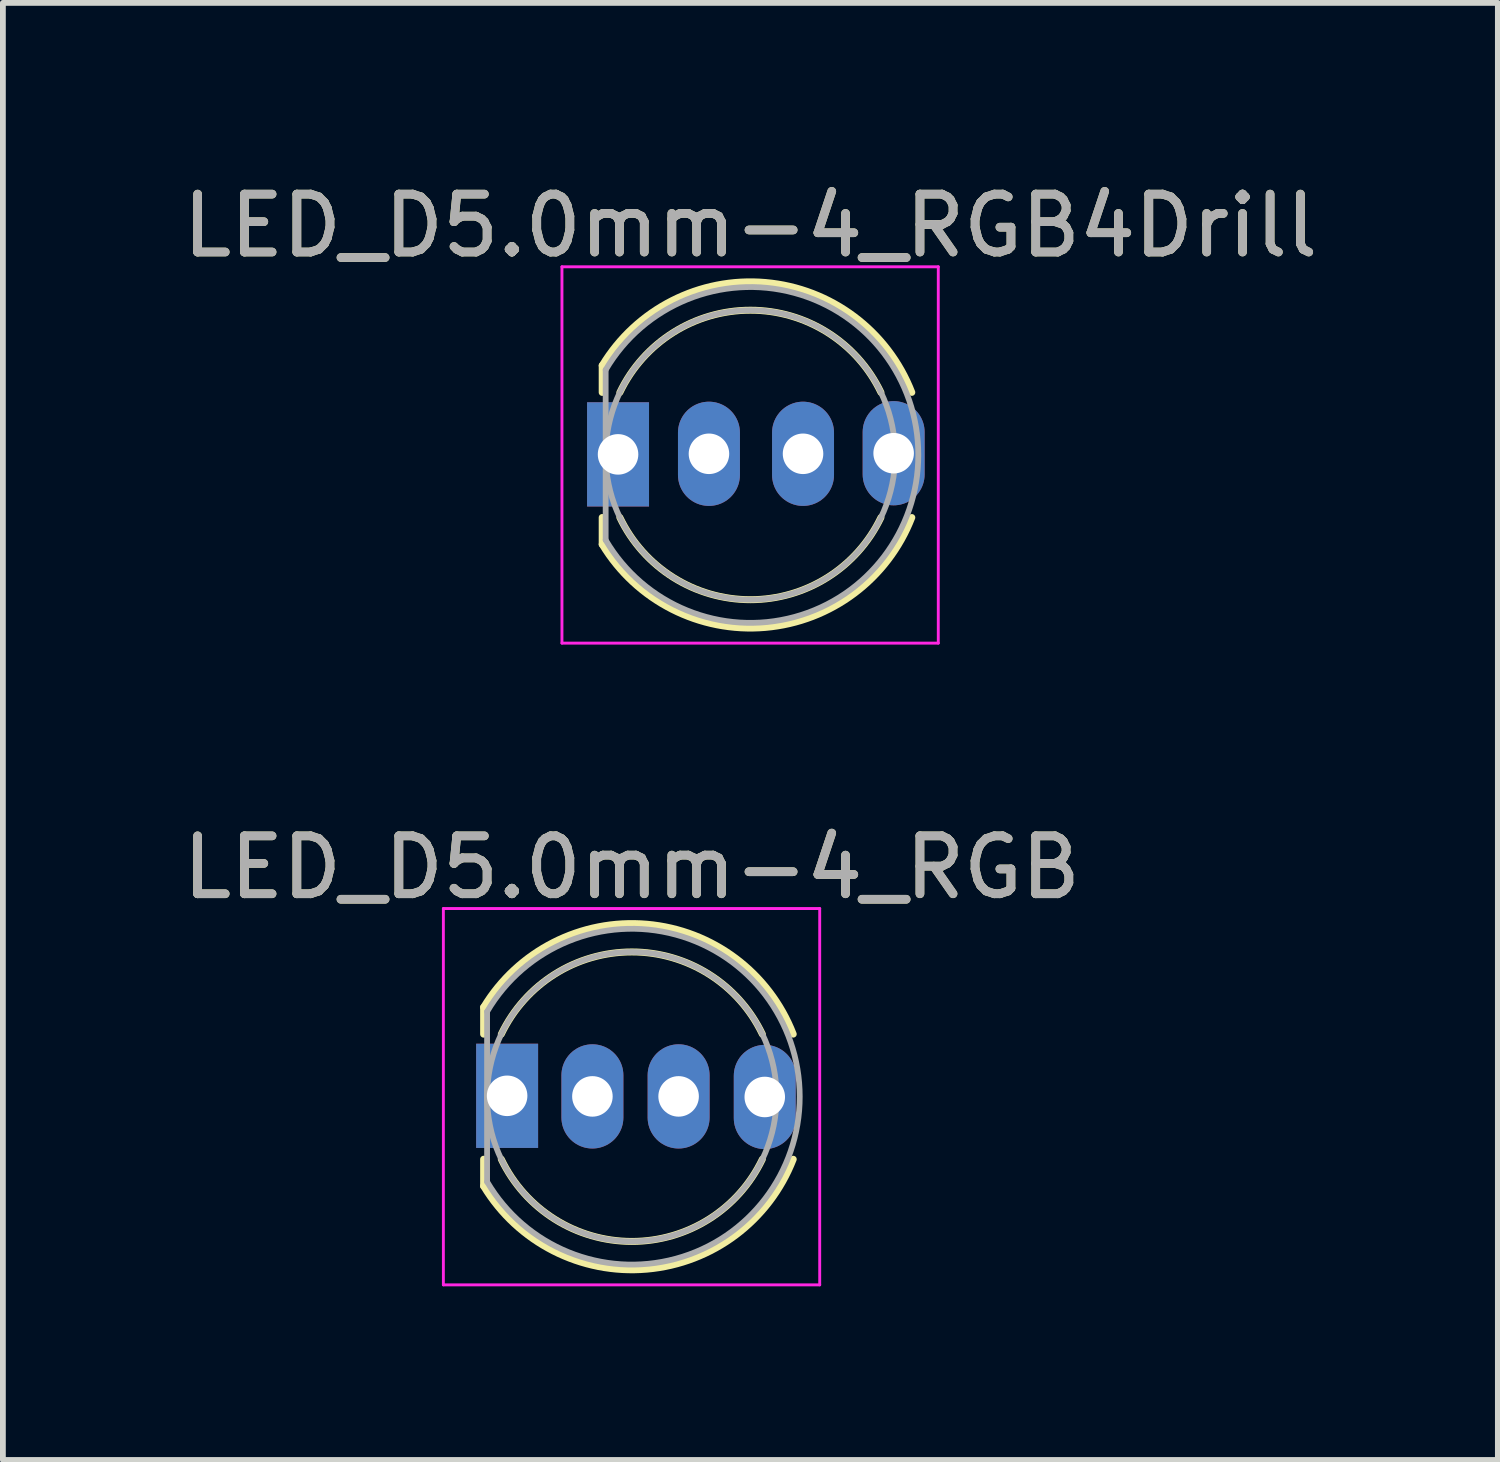
<source format=kicad_pcb>
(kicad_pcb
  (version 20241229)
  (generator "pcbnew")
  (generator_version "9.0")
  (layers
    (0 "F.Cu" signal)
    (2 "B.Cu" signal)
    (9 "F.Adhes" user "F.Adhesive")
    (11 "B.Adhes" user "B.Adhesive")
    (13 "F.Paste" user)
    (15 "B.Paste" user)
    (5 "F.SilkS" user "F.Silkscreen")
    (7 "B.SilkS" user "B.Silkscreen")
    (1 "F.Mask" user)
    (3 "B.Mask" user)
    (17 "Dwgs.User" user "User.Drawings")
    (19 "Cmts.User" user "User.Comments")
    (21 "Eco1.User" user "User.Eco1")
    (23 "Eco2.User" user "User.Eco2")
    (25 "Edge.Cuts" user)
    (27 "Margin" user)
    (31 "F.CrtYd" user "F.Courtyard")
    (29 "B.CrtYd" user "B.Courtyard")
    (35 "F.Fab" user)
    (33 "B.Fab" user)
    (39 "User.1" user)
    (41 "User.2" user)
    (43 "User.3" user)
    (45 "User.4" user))
  (footprint "LED_D5.0mm-4_RGB4Drill"
    (layer "F.Cu")
    (at 8.006 4.808)
    (property "Reference" "LED_D5.0mm-4_RGB4Drill" (at 1.905 -3.96 0) (layer "F.SilkS") (effects (font (size 1 1) (thickness 0.15))))
    (attr through_hole)
    (fp_line (start -0.655 -1.545) (end -0.655 -1.08) (stroke (width 0.12) (type solid)) (layer "F.SilkS"))
    (fp_line (start -0.655 1.08) (end -0.655 1.545) (stroke (width 0.12) (type solid)) (layer "F.SilkS"))
    (fp_arc (start -0.655 -1.54483) (mid 2.163456 -2.978809) (end 4.692815 -1.080827) (stroke (width 0.12) (type solid)) (layer "F.SilkS"))
    (fp_arc (start -0.349684 -1.08) (mid 1.904762 -2.5) (end 4.159479 -1.080429) (stroke (width 0.12) (type solid)) (layer "F.SilkS"))
    (fp_arc (start 4.159479 1.080429) (mid 1.904762 2.5) (end -0.349684 1.08) (stroke (width 0.12) (type solid)) (layer "F.SilkS"))
    (fp_arc (start 4.692815 1.080827) (mid 2.163456 2.978808) (end -0.655 1.54483) (stroke (width 0.12) (type solid)) (layer "F.SilkS"))
    (fp_line (start -1.35 -3.25) (end -1.35 3.25) (stroke (width 0.05) (type solid)) (layer "F.CrtYd"))
    (fp_line (start -1.35 3.25) (end 5.15 3.25) (stroke (width 0.05) (type solid)) (layer "F.CrtYd"))
    (fp_line (start 5.15 -3.25) (end -1.35 -3.25) (stroke (width 0.05) (type solid)) (layer "F.CrtYd"))
    (fp_line (start 5.15 3.25) (end 5.15 -3.25) (stroke (width 0.05) (type solid)) (layer "F.CrtYd"))
    (fp_line (start -0.595 -1.47) (end -0.595 1.47) (stroke (width 0.1) (type solid)) (layer "F.Fab"))
    (fp_arc (start -0.595 -1.469694) (mid 4.805 0.000016) (end -0.595016 1.469666) (stroke (width 0.1) (type solid)) (layer "F.Fab"))
    (fp_circle (center 1.905 0) (end 4.405 0) (stroke (width 0.1) (type solid)) (fill no) (layer "F.Fab"))
    (fp_text user "${REFERENCE}" (at 1.905 -3.96 0) (layer "F.Fab") (effects (font (size 1 1) (thickness 0.15))))
    (pad "1" thru_hole rect (at -0.381 -0.01) (size 1.07 1.8) (drill 0.7) (layers "*.Cu" "*.Mask"))
    (pad "2" thru_hole oval (at 1.189 -0.02) (size 1.07 1.8) (drill 0.7) (layers "*.Cu" "*.Mask"))
    (pad "3" thru_hole oval (at 2.814 -0.02) (size 1.07 1.8) (drill 0.7) (layers "*.Cu" "*.Mask"))
    (pad "4" thru_hole oval (at 4.379 -0.03) (size 1.07 1.8) (drill 0.7) (layers "*.Cu" "*.Mask")))
  (footprint "LED_D5.0mm-4_RGB"
    (layer "F.Cu")
    (at 5.958 15.892)
    (property "Reference" "LED_D5.0mm-4_RGB" (at 1.905 -3.96 0) (layer "F.SilkS") (effects (font (size 1 1) (thickness 0.15))))
    (attr through_hole)
    (fp_line (start -0.655 -1.545) (end -0.655 -1.08) (stroke (width 0.12) (type solid)) (layer "F.SilkS"))
    (fp_line (start -0.655 1.08) (end -0.655 1.545) (stroke (width 0.12) (type solid)) (layer "F.SilkS"))
    (fp_arc (start -0.655 -1.54483) (mid 2.163456 -2.978809) (end 4.692815 -1.080827) (stroke (width 0.12) (type solid)) (layer "F.SilkS"))
    (fp_arc (start -0.349684 -1.08) (mid 1.904762 -2.5) (end 4.159479 -1.080429) (stroke (width 0.12) (type solid)) (layer "F.SilkS"))
    (fp_arc (start 4.159479 1.080429) (mid 1.904762 2.5) (end -0.349684 1.08) (stroke (width 0.12) (type solid)) (layer "F.SilkS"))
    (fp_arc (start 4.692815 1.080827) (mid 2.163456 2.978808) (end -0.655 1.54483) (stroke (width 0.12) (type solid)) (layer "F.SilkS"))
    (fp_line (start -1.35 -3.25) (end -1.35 3.25) (stroke (width 0.05) (type solid)) (layer "F.CrtYd"))
    (fp_line (start -1.35 3.25) (end 5.15 3.25) (stroke (width 0.05) (type solid)) (layer "F.CrtYd"))
    (fp_line (start 5.15 -3.25) (end -1.35 -3.25) (stroke (width 0.05) (type solid)) (layer "F.CrtYd"))
    (fp_line (start 5.15 3.25) (end 5.15 -3.25) (stroke (width 0.05) (type solid)) (layer "F.CrtYd"))
    (fp_line (start -0.595 -1.47) (end -0.595 1.47) (stroke (width 0.1) (type solid)) (layer "F.Fab"))
    (fp_arc (start -0.595 -1.469694) (mid 4.805 0.000016) (end -0.595016 1.469666) (stroke (width 0.1) (type solid)) (layer "F.Fab"))
    (fp_circle (center 1.905 0) (end 4.405 0) (stroke (width 0.1) (type solid)) (fill no) (layer "F.Fab"))
    (fp_text user "${REFERENCE}" (at 1.905 -3.96 0) (layer "F.Fab") (effects (font (size 1 1) (thickness 0.15))))
    (pad "1" thru_hole rect (at -0.249 -0.015) (size 1.07 1.8) (drill 0.7) (layers "*.Cu" "*.Mask"))
    (pad "2" thru_hole oval (at 1.224 -0.005) (size 1.07 1.8) (drill 0.7) (layers "*.Cu" "*.Mask"))
    (pad "3" thru_hole oval (at 2.713 -0.005) (size 1.07 1.8) (drill 0.7) (layers "*.Cu" "*.Mask"))
    (pad "4" thru_hole oval (at 4.201 0.005) (size 1.07 1.8) (drill 0.7) (layers "*.Cu" "*.Mask")))
  (gr_rect
    (start -3 -3)
    (end 22.821 22.166)
    (stroke (width 0.1) (type default))
    (fill no)
    (layer "Edge.Cuts")))
</source>
